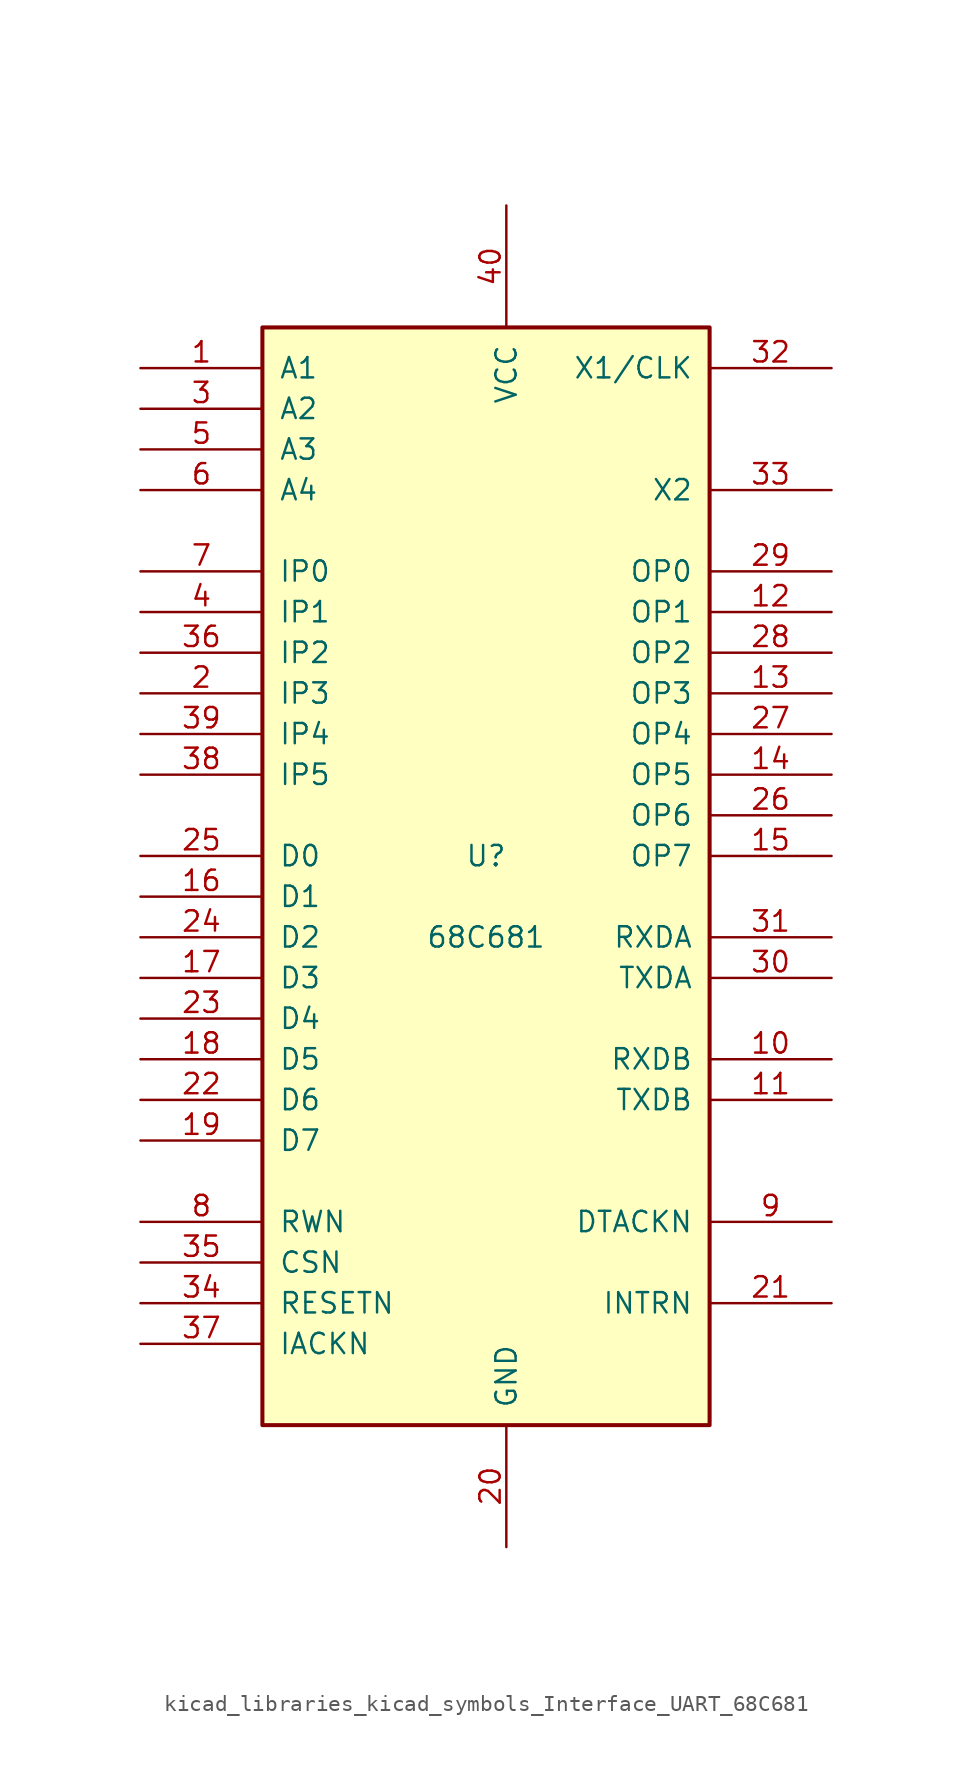
<source format=kicad_sym>
(kicad_symbol_lib
  (version 20220914)
  (generator kicad_symbol_editor)
  (symbol "kicad_libraries_kicad_symbols_Interface_UART_68C681"
    (pin_names
      (offset 1.016))
    (property "Reference" "U"
      (at -1.27 2.54 0)
      (effects (font (size 1.27 1.27))))
    (property "Value" "68C681"
      (at -1.27 -2.54 0)
      (effects (font (size 1.27 1.27))))
    (symbol "kicad_libraries_kicad_symbols_Interface_UART_68C681_0_1"
      (rectangle (start -15.24 -33.02) (end 12.7 35.56) (stroke (width 0.254) (type default)) (fill (type background))))
    (symbol "kicad_libraries_kicad_symbols_Interface_UART_68C681_1_1"
      (pin input line (at -22.86 33.02 0) (length 7.62) (name "A1" (effects (font (size 1.27 1.27)))) (number "1" (effects (font (size 1.27 1.27)))))
      (pin input line (at 20.32 -10.16 180) (length 7.62) (name "RXDB" (effects (font (size 1.27 1.27)))) (number "10" (effects (font (size 1.27 1.27)))))
      (pin output line (at 20.32 -12.7 180) (length 7.62) (name "TXDB" (effects (font (size 1.27 1.27)))) (number "11" (effects (font (size 1.27 1.27)))))
      (pin output line (at 20.32 17.78 180) (length 7.62) (name "OP1" (effects (font (size 1.27 1.27)))) (number "12" (effects (font (size 1.27 1.27)))))
      (pin output line (at 20.32 12.7 180) (length 7.62) (name "OP3" (effects (font (size 1.27 1.27)))) (number "13" (effects (font (size 1.27 1.27)))))
      (pin output line (at 20.32 7.62 180) (length 7.62) (name "OP5" (effects (font (size 1.27 1.27)))) (number "14" (effects (font (size 1.27 1.27)))))
      (pin output line (at 20.32 2.54 180) (length 7.62) (name "OP7" (effects (font (size 1.27 1.27)))) (number "15" (effects (font (size 1.27 1.27)))))
      (pin input line (at -22.86 0 0) (length 7.62) (name "D1" (effects (font (size 1.27 1.27)))) (number "16" (effects (font (size 1.27 1.27)))))
      (pin input line (at -22.86 -5.08 0) (length 7.62) (name "D3" (effects (font (size 1.27 1.27)))) (number "17" (effects (font (size 1.27 1.27)))))
      (pin input line (at -22.86 -10.16 0) (length 7.62) (name "D5" (effects (font (size 1.27 1.27)))) (number "18" (effects (font (size 1.27 1.27)))))
      (pin input line (at -22.86 -15.24 0) (length 7.62) (name "D7" (effects (font (size 1.27 1.27)))) (number "19" (effects (font (size 1.27 1.27)))))
      (pin input line (at -22.86 12.7 0) (length 7.62) (name "IP3" (effects (font (size 1.27 1.27)))) (number "2" (effects (font (size 1.27 1.27)))))
      (pin power_in line (at 0 -40.64 90) (length 7.62) (name "GND" (effects (font (size 1.27 1.27)))) (number "20" (effects (font (size 1.27 1.27)))))
      (pin output line (at 20.32 -25.4 180) (length 7.62) (name "INTRN" (effects (font (size 1.27 1.27)))) (number "21" (effects (font (size 1.27 1.27)))))
      (pin input line (at -22.86 -12.7 0) (length 7.62) (name "D6" (effects (font (size 1.27 1.27)))) (number "22" (effects (font (size 1.27 1.27)))))
      (pin input line (at -22.86 -7.62 0) (length 7.62) (name "D4" (effects (font (size 1.27 1.27)))) (number "23" (effects (font (size 1.27 1.27)))))
      (pin input line (at -22.86 -2.54 0) (length 7.62) (name "D2" (effects (font (size 1.27 1.27)))) (number "24" (effects (font (size 1.27 1.27)))))
      (pin input line (at -22.86 2.54 0) (length 7.62) (name "D0" (effects (font (size 1.27 1.27)))) (number "25" (effects (font (size 1.27 1.27)))))
      (pin output line (at 20.32 5.08 180) (length 7.62) (name "OP6" (effects (font (size 1.27 1.27)))) (number "26" (effects (font (size 1.27 1.27)))))
      (pin output line (at 20.32 10.16 180) (length 7.62) (name "OP4" (effects (font (size 1.27 1.27)))) (number "27" (effects (font (size 1.27 1.27)))))
      (pin output line (at 20.32 15.24 180) (length 7.62) (name "OP2" (effects (font (size 1.27 1.27)))) (number "28" (effects (font (size 1.27 1.27)))))
      (pin output line (at 20.32 20.32 180) (length 7.62) (name "OP0" (effects (font (size 1.27 1.27)))) (number "29" (effects (font (size 1.27 1.27)))))
      (pin input line (at -22.86 30.48 0) (length 7.62) (name "A2" (effects (font (size 1.27 1.27)))) (number "3" (effects (font (size 1.27 1.27)))))
      (pin output line (at 20.32 -5.08 180) (length 7.62) (name "TXDA" (effects (font (size 1.27 1.27)))) (number "30" (effects (font (size 1.27 1.27)))))
      (pin input line (at 20.32 -2.54 180) (length 7.62) (name "RXDA" (effects (font (size 1.27 1.27)))) (number "31" (effects (font (size 1.27 1.27)))))
      (pin input line (at 20.32 33.02 180) (length 7.62) (name "X1/CLK" (effects (font (size 1.27 1.27)))) (number "32" (effects (font (size 1.27 1.27)))))
      (pin output line (at 20.32 25.4 180) (length 7.62) (name "X2" (effects (font (size 1.27 1.27)))) (number "33" (effects (font (size 1.27 1.27)))))
      (pin input line (at -22.86 -25.4 0) (length 7.62) (name "RESETN" (effects (font (size 1.27 1.27)))) (number "34" (effects (font (size 1.27 1.27)))))
      (pin input line (at -22.86 -22.86 0) (length 7.62) (name "CSN" (effects (font (size 1.27 1.27)))) (number "35" (effects (font (size 1.27 1.27)))))
      (pin input line (at -22.86 15.24 0) (length 7.62) (name "IP2" (effects (font (size 1.27 1.27)))) (number "36" (effects (font (size 1.27 1.27)))))
      (pin input line (at -22.86 -27.94 0) (length 7.62) (name "IACKN" (effects (font (size 1.27 1.27)))) (number "37" (effects (font (size 1.27 1.27)))))
      (pin input line (at -22.86 7.62 0) (length 7.62) (name "IP5" (effects (font (size 1.27 1.27)))) (number "38" (effects (font (size 1.27 1.27)))))
      (pin input line (at -22.86 10.16 0) (length 7.62) (name "IP4" (effects (font (size 1.27 1.27)))) (number "39" (effects (font (size 1.27 1.27)))))
      (pin input line (at -22.86 17.78 0) (length 7.62) (name "IP1" (effects (font (size 1.27 1.27)))) (number "4" (effects (font (size 1.27 1.27)))))
      (pin power_in line (at 0 43.18 270) (length 7.62) (name "VCC" (effects (font (size 1.27 1.27)))) (number "40" (effects (font (size 1.27 1.27)))))
      (pin input line (at -22.86 27.94 0) (length 7.62) (name "A3" (effects (font (size 1.27 1.27)))) (number "5" (effects (font (size 1.27 1.27)))))
      (pin input line (at -22.86 25.4 0) (length 7.62) (name "A4" (effects (font (size 1.27 1.27)))) (number "6" (effects (font (size 1.27 1.27)))))
      (pin input line (at -22.86 20.32 0) (length 7.62) (name "IP0" (effects (font (size 1.27 1.27)))) (number "7" (effects (font (size 1.27 1.27)))))
      (pin input line (at -22.86 -20.32 0) (length 7.62) (name "RWN" (effects (font (size 1.27 1.27)))) (number "8" (effects (font (size 1.27 1.27)))))
      (pin output line (at 20.32 -20.32 180) (length 7.62) (name "DTACKN" (effects (font (size 1.27 1.27)))) (number "9" (effects (font (size 1.27 1.27))))))))
</source>
